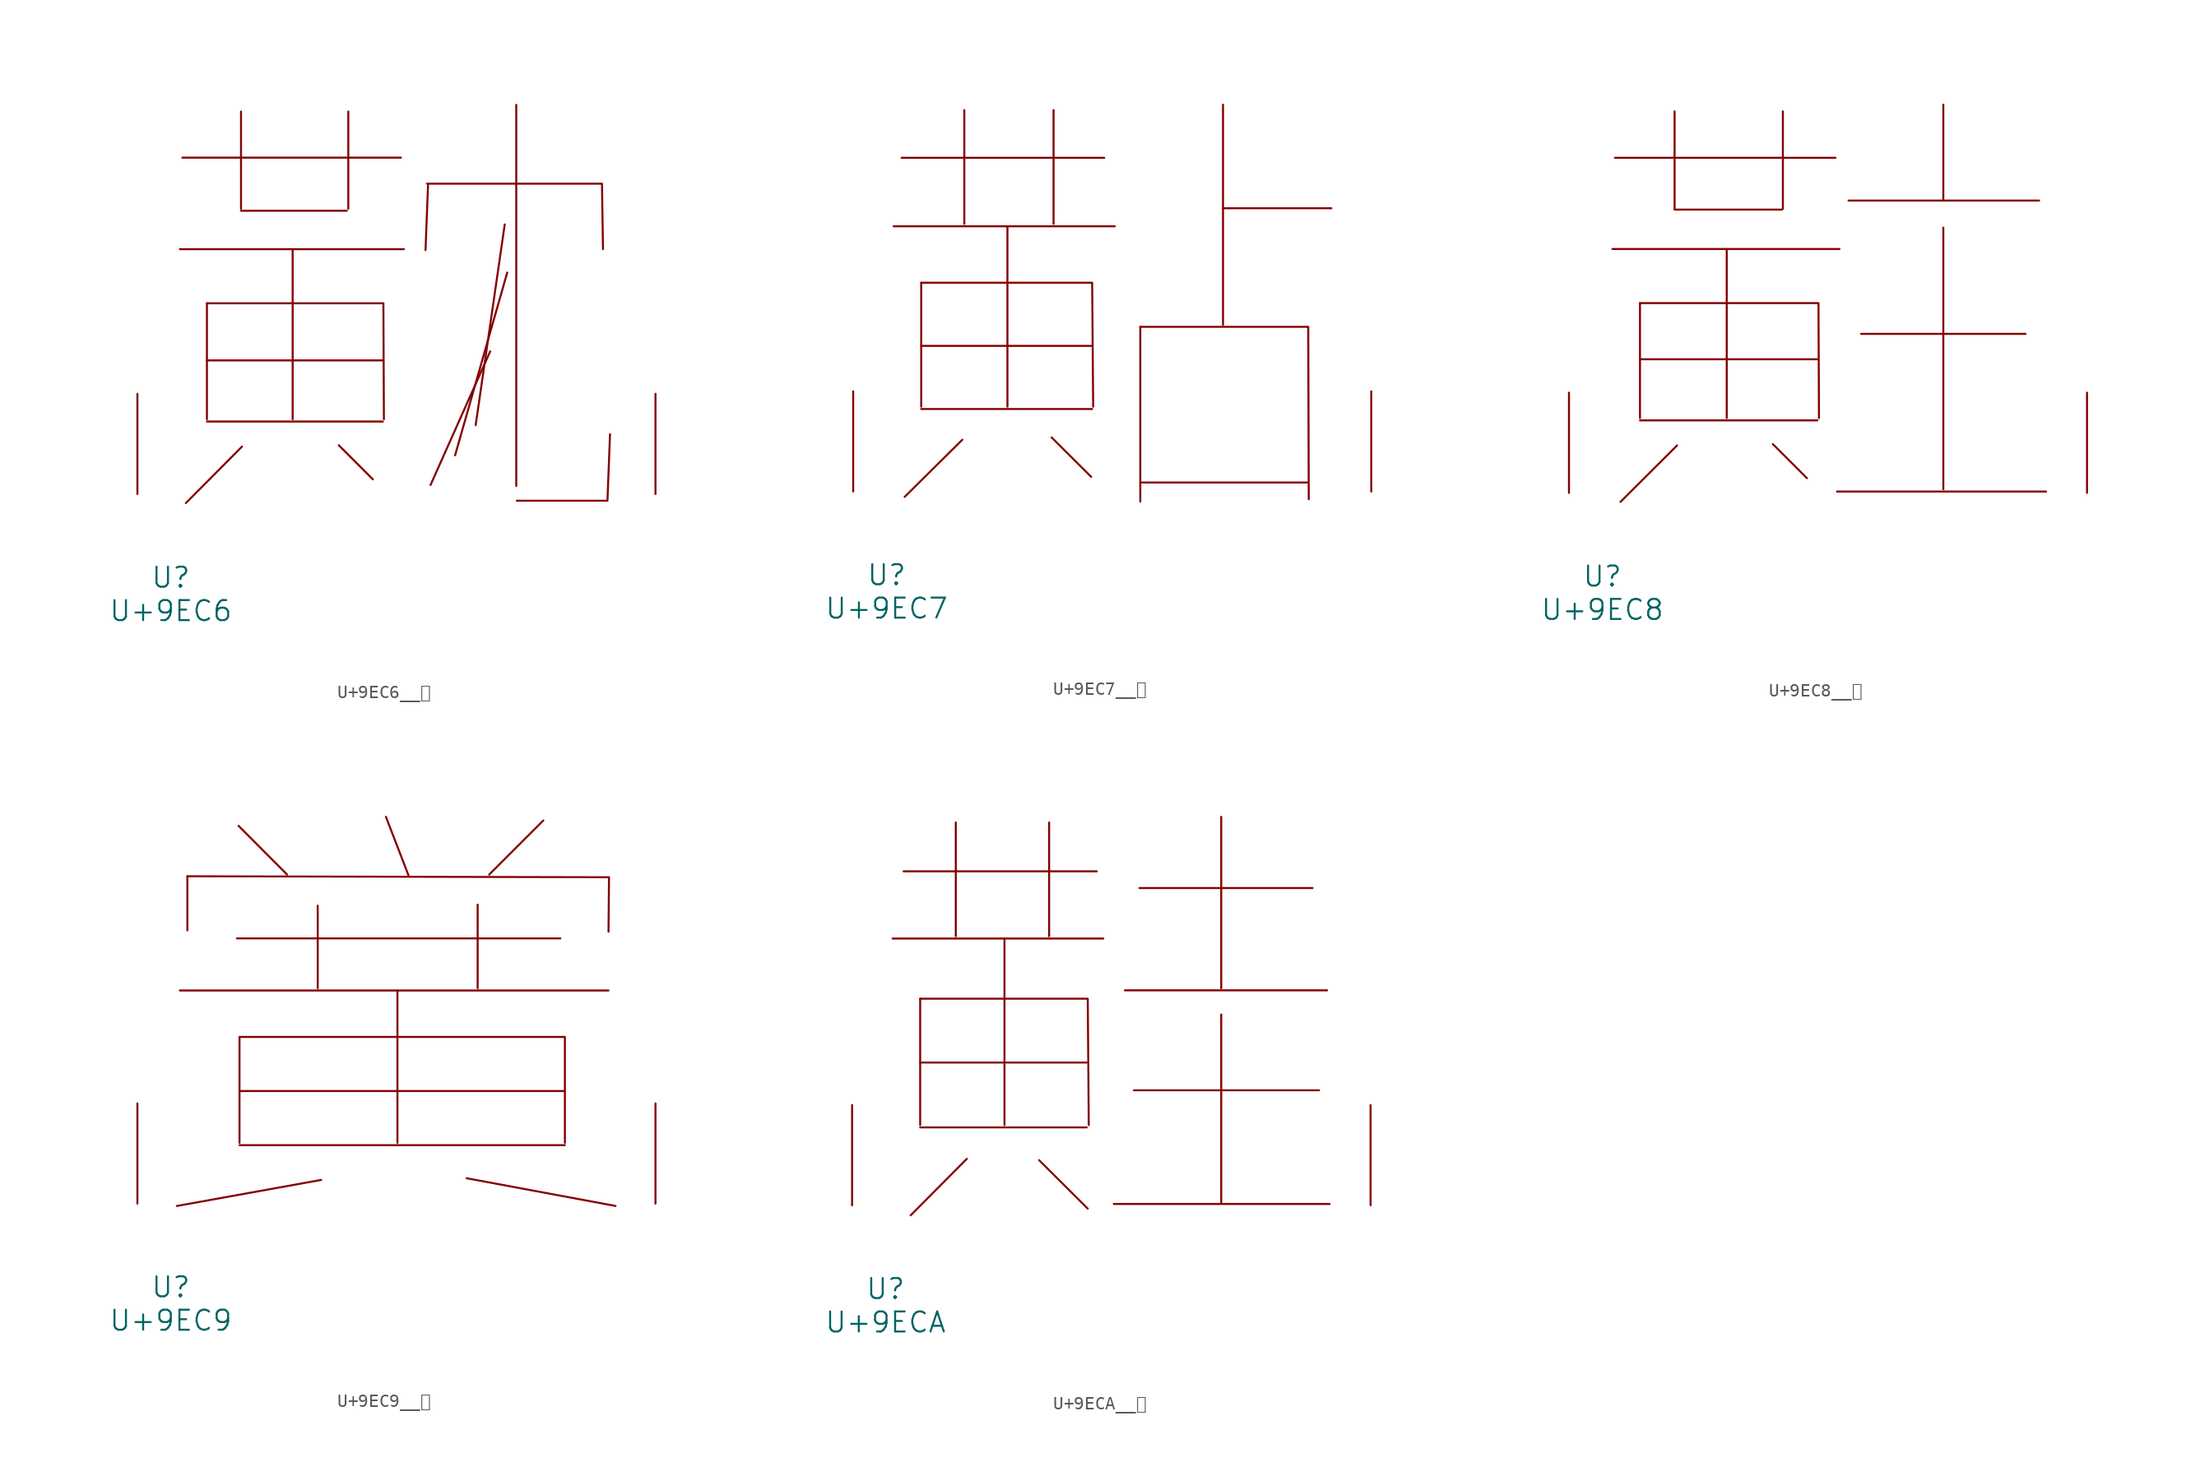
<source format=kicad_sym>
(kicad_symbol_lib
  (version 20231120)
  (generator "kicad_symbol_editor")
  (generator_version "8.0")
  (symbol "U+9EC6__黆"
    (pin_names
      (offset 1.016))
    (property "Reference" "U"
      (at 0 -6.35 0)
      (effects (font (size 1.524 1.524))))
    (property "Value" "U+9EC6"
      (at 0 -8.89 0)
      (effects (font (size 1.524 1.524))))
    (symbol "U+9EC6__黆_0_1"
      (polyline (pts (xy 0.686 18.618) (xy 17.716 18.618)) (stroke (width 0) (type solid)) (fill (type none)))
      (polyline (pts (xy 0.876 25.578) (xy 17.488 25.578)) (stroke (width 0) (type solid)) (fill (type none)))
      (polyline (pts (xy 2.743 5.512) (xy 16.116 5.512)) (stroke (width 0) (type solid)) (fill (type none)))
      (polyline (pts (xy 2.743 10.16) (xy 16.116 10.16)) (stroke (width 0) (type solid)) (fill (type none)))
      (polyline (pts (xy 2.743 14.503) (xy 2.743 5.69)) (stroke (width 0) (type solid)) (fill (type none)))
      (polyline (pts (xy 5.334 21.539) (xy 13.373 21.539)) (stroke (width 0) (type solid)) (fill (type none)))
      (polyline (pts (xy 5.334 29.083) (xy 5.334 21.692)) (stroke (width 0) (type solid)) (fill (type none)))
      (polyline (pts (xy 5.41 3.607) (xy 1.143 -0.686)) (stroke (width 0) (type solid)) (fill (type none)))
      (polyline (pts (xy 9.258 18.618) (xy 9.258 5.69)) (stroke (width 0) (type solid)) (fill (type none)))
      (polyline (pts (xy 12.764 3.708) (xy 15.354 1.118)) (stroke (width 0) (type solid)) (fill (type none)))
      (polyline (pts (xy 13.487 29.083) (xy 13.487 21.692)) (stroke (width 0) (type solid)) (fill (type none)))
      (polyline (pts (xy 19.545 23.495) (xy 19.355 18.542)) (stroke (width 0) (type solid)) (fill (type none)))
      (polyline (pts (xy 24.27 10.846) (xy 19.736 0.686)) (stroke (width 0) (type solid)) (fill (type none)))
      (polyline (pts (xy 25.375 20.498) (xy 23.165 5.232)) (stroke (width 0) (type solid)) (fill (type none)))
      (polyline (pts (xy 25.565 16.84) (xy 21.603 2.946)) (stroke (width 0) (type solid)) (fill (type none)))
      (polyline (pts (xy 26.251 29.591) (xy 26.251 0.61)) (stroke (width 0) (type solid)) (fill (type none)))
      (polyline (pts (xy 26.289 -0.508) (xy 33.185 -0.508)) (stroke (width 0) (type solid)) (fill (type none)))
      (polyline (pts (xy 33.376 4.547) (xy 33.185 -0.406)) (stroke (width 0) (type solid)) (fill (type none)))
      (polyline (pts (xy 2.743 14.503) (xy 16.154 14.503) (xy 16.192 5.69)) (stroke (width 0) (type solid)) (fill (type none)))
      (polyline (pts (xy 19.469 23.597) (xy 32.766 23.597) (xy 32.842 18.618)) (stroke (width 0) (type solid)) (fill (type none)))
      (pin input line (at -2.54 0 90) (length 7.62) (name "~" (effects (font (size 1.27 1.27)))) (number "~" (effects (font (size 1.27 1.27)))))
      (pin input line (at 36.83 0 90) (length 7.62) (name "~" (effects (font (size 1.27 1.27)))) (number "~" (effects (font (size 1.27 1.27)))))))
  (symbol "U+9EC7__黇"
    (pin_names
      (offset 1.016))
    (property "Reference" "U"
      (at 0 -6.35 0)
      (effects (font (size 1.524 1.524))))
    (property "Value" "U+9EC7"
      (at 0 -8.89 0)
      (effects (font (size 1.524 1.524))))
    (symbol "U+9EC7__黇_0_1"
      (polyline (pts (xy 0.533 20.168) (xy 17.335 20.168)) (stroke (width 0) (type solid)) (fill (type none)))
      (polyline (pts (xy 1.143 25.375) (xy 16.535 25.375)) (stroke (width 0) (type solid)) (fill (type none)))
      (polyline (pts (xy 2.629 6.274) (xy 15.621 6.274)) (stroke (width 0) (type solid)) (fill (type none)))
      (polyline (pts (xy 2.629 11.074) (xy 15.621 11.074)) (stroke (width 0) (type solid)) (fill (type none)))
      (polyline (pts (xy 2.629 15.875) (xy 2.629 6.452)) (stroke (width 0) (type solid)) (fill (type none)))
      (polyline (pts (xy 5.753 3.937) (xy 1.372 -0.406)) (stroke (width 0) (type solid)) (fill (type none)))
      (polyline (pts (xy 5.905 29.007) (xy 5.905 20.345)) (stroke (width 0) (type solid)) (fill (type none)))
      (polyline (pts (xy 9.182 20.168) (xy 9.182 6.452)) (stroke (width 0) (type solid)) (fill (type none)))
      (polyline (pts (xy 12.535 4.115) (xy 15.545 1.118)) (stroke (width 0) (type solid)) (fill (type none)))
      (polyline (pts (xy 12.687 29.007) (xy 12.687 20.345)) (stroke (width 0) (type solid)) (fill (type none)))
      (polyline (pts (xy 19.279 0.686) (xy 31.966 0.686)) (stroke (width 0) (type solid)) (fill (type none)))
      (polyline (pts (xy 19.279 12.522) (xy 19.279 -0.762)) (stroke (width 0) (type solid)) (fill (type none)))
      (polyline (pts (xy 25.565 21.539) (xy 33.795 21.539)) (stroke (width 0) (type solid)) (fill (type none)))
      (polyline (pts (xy 25.565 29.413) (xy 25.565 12.675)) (stroke (width 0) (type solid)) (fill (type none)))
      (polyline (pts (xy 2.629 15.875) (xy 15.621 15.875) (xy 15.697 6.452)) (stroke (width 0) (type solid)) (fill (type none)))
      (polyline (pts (xy 19.279 12.522) (xy 32.042 12.522) (xy 32.08 -0.584)) (stroke (width 0) (type solid)) (fill (type none)))
      (pin input line (at -2.54 0 90) (length 7.62) (name "~" (effects (font (size 1.27 1.27)))) (number "~" (effects (font (size 1.27 1.27)))))
      (pin input line (at 36.83 0 90) (length 7.62) (name "~" (effects (font (size 1.27 1.27)))) (number "~" (effects (font (size 1.27 1.27)))))))
  (symbol "U+9EC8__黈"
    (pin_names
      (offset 1.016))
    (property "Reference" "U"
      (at 0 -6.35 0)
      (effects (font (size 1.524 1.524))))
    (property "Value" "U+9EC8"
      (at 0 -8.89 0)
      (effects (font (size 1.524 1.524))))
    (symbol "U+9EC8__黈_0_1"
      (polyline (pts (xy 0.762 18.542) (xy 18.021 18.542)) (stroke (width 0) (type solid)) (fill (type none)))
      (polyline (pts (xy 0.953 25.476) (xy 17.716 25.476)) (stroke (width 0) (type solid)) (fill (type none)))
      (polyline (pts (xy 2.857 5.512) (xy 16.345 5.512)) (stroke (width 0) (type solid)) (fill (type none)))
      (polyline (pts (xy 2.857 10.16) (xy 16.345 10.16)) (stroke (width 0) (type solid)) (fill (type none)))
      (polyline (pts (xy 2.857 14.427) (xy 2.857 5.69)) (stroke (width 0) (type solid)) (fill (type none)))
      (polyline (pts (xy 5.486 21.539) (xy 13.64 21.539)) (stroke (width 0) (type solid)) (fill (type none)))
      (polyline (pts (xy 5.486 29.007) (xy 5.486 21.59)) (stroke (width 0) (type solid)) (fill (type none)))
      (polyline (pts (xy 5.677 3.607) (xy 1.372 -0.686)) (stroke (width 0) (type solid)) (fill (type none)))
      (polyline (pts (xy 9.449 18.542) (xy 9.449 5.69)) (stroke (width 0) (type solid)) (fill (type none)))
      (polyline (pts (xy 12.954 3.708) (xy 15.545 1.118)) (stroke (width 0) (type solid)) (fill (type none)))
      (polyline (pts (xy 13.716 29.007) (xy 13.716 21.59)) (stroke (width 0) (type solid)) (fill (type none)))
      (polyline (pts (xy 17.831 0.102) (xy 33.718 0.102)) (stroke (width 0) (type solid)) (fill (type none)))
      (polyline (pts (xy 18.707 22.225) (xy 33.185 22.225)) (stroke (width 0) (type solid)) (fill (type none)))
      (polyline (pts (xy 19.66 12.09) (xy 32.156 12.09)) (stroke (width 0) (type solid)) (fill (type none)))
      (polyline (pts (xy 25.908 20.168) (xy 25.908 0.279)) (stroke (width 0) (type solid)) (fill (type none)))
      (polyline (pts (xy 25.908 29.515) (xy 25.908 22.327)) (stroke (width 0) (type solid)) (fill (type none)))
      (polyline (pts (xy 2.857 14.427) (xy 16.421 14.427) (xy 16.459 5.69)) (stroke (width 0) (type solid)) (fill (type none)))
      (pin input line (at -2.54 0 90) (length 7.62) (name "~" (effects (font (size 1.27 1.27)))) (number "~" (effects (font (size 1.27 1.27)))))
      (pin input line (at 36.83 0 90) (length 7.62) (name "~" (effects (font (size 1.27 1.27)))) (number "~" (effects (font (size 1.27 1.27)))))))
  (symbol "U+9EC9__黉"
    (pin_names
      (offset 1.016))
    (property "Reference" "U"
      (at 0 -6.35 0)
      (effects (font (size 1.524 1.524))))
    (property "Value" "U+9EC9"
      (at 0 -8.89 0)
      (effects (font (size 1.524 1.524))))
    (symbol "U+9EC9__黉_0_1"
      (polyline (pts (xy 0.686 16.205) (xy 33.261 16.205)) (stroke (width 0) (type solid)) (fill (type none)))
      (polyline (pts (xy 1.257 24.892) (xy 1.257 20.777)) (stroke (width 0) (type solid)) (fill (type none)))
      (polyline (pts (xy 5.029 20.168) (xy 29.604 20.168)) (stroke (width 0) (type solid)) (fill (type none)))
      (polyline (pts (xy 5.144 28.727) (xy 8.839 25.019)) (stroke (width 0) (type solid)) (fill (type none)))
      (polyline (pts (xy 5.22 4.445) (xy 29.947 4.445)) (stroke (width 0) (type solid)) (fill (type none)))
      (polyline (pts (xy 5.22 8.56) (xy 29.947 8.56)) (stroke (width 0) (type solid)) (fill (type none)))
      (polyline (pts (xy 5.22 12.675) (xy 5.22 4.623)) (stroke (width 0) (type solid)) (fill (type none)))
      (polyline (pts (xy 11.163 22.657) (xy 11.163 16.383)) (stroke (width 0) (type solid)) (fill (type none)))
      (polyline (pts (xy 11.43 1.803) (xy 0.457 -0.178)) (stroke (width 0) (type solid)) (fill (type none)))
      (polyline (pts (xy 16.345 29.413) (xy 18.059 24.968)) (stroke (width 0) (type solid)) (fill (type none)))
      (polyline (pts (xy 17.221 16.205) (xy 17.221 4.623)) (stroke (width 0) (type solid)) (fill (type none)))
      (polyline (pts (xy 22.479 1.93) (xy 33.795 -0.178)) (stroke (width 0) (type solid)) (fill (type none)))
      (polyline (pts (xy 23.317 22.733) (xy 23.317 16.383)) (stroke (width 0) (type solid)) (fill (type none)))
      (polyline (pts (xy 28.308 29.134) (xy 24.194 25.019)) (stroke (width 0) (type solid)) (fill (type none)))
      (polyline (pts (xy 1.257 24.892) (xy 33.299 24.816) (xy 33.261 20.676)) (stroke (width 0) (type solid)) (fill (type none)))
      (polyline (pts (xy 5.22 12.675) (xy 29.947 12.675) (xy 29.947 4.623)) (stroke (width 0) (type solid)) (fill (type none)))
      (pin input line (at -2.54 0 90) (length 7.62) (name "~" (effects (font (size 1.27 1.27)))) (number "~" (effects (font (size 1.27 1.27)))))
      (pin input line (at 36.83 0 90) (length 7.62) (name "~" (effects (font (size 1.27 1.27)))) (number "~" (effects (font (size 1.27 1.27)))))))
  (symbol "U+9ECA__黊"
    (pin_names
      (offset 1.016))
    (property "Reference" "U"
      (at 0 -6.35 0)
      (effects (font (size 1.524 1.524))))
    (property "Value" "U+9ECA"
      (at 0 -8.89 0)
      (effects (font (size 1.524 1.524))))
    (symbol "U+9ECA__黊_0_1"
      (polyline (pts (xy 0.533 20.269) (xy 16.535 20.269)) (stroke (width 0) (type solid)) (fill (type none)))
      (polyline (pts (xy 1.372 25.375) (xy 16.04 25.375)) (stroke (width 0) (type solid)) (fill (type none)))
      (polyline (pts (xy 2.629 5.918) (xy 15.278 5.918)) (stroke (width 0) (type solid)) (fill (type none)))
      (polyline (pts (xy 2.629 10.846) (xy 15.278 10.846)) (stroke (width 0) (type solid)) (fill (type none)))
      (polyline (pts (xy 2.629 15.697) (xy 2.629 6.096)) (stroke (width 0) (type solid)) (fill (type none)))
      (polyline (pts (xy 5.334 29.083) (xy 5.334 20.447)) (stroke (width 0) (type solid)) (fill (type none)))
      (polyline (pts (xy 6.172 3.531) (xy 1.905 -0.762)) (stroke (width 0) (type solid)) (fill (type none)))
      (polyline (pts (xy 9.03 20.269) (xy 9.03 6.096)) (stroke (width 0) (type solid)) (fill (type none)))
      (polyline (pts (xy 11.659 3.429) (xy 15.354 -0.254)) (stroke (width 0) (type solid)) (fill (type none)))
      (polyline (pts (xy 12.421 29.083) (xy 12.421 20.447)) (stroke (width 0) (type solid)) (fill (type none)))
      (polyline (pts (xy 17.335 0.102) (xy 33.718 0.102)) (stroke (width 0) (type solid)) (fill (type none)))
      (polyline (pts (xy 18.174 16.332) (xy 33.528 16.332)) (stroke (width 0) (type solid)) (fill (type none)))
      (polyline (pts (xy 18.86 8.738) (xy 32.918 8.738)) (stroke (width 0) (type solid)) (fill (type none)))
      (polyline (pts (xy 19.279 24.105) (xy 32.423 24.105)) (stroke (width 0) (type solid)) (fill (type none)))
      (polyline (pts (xy 25.489 14.503) (xy 25.489 0.178)) (stroke (width 0) (type solid)) (fill (type none)))
      (polyline (pts (xy 25.489 29.515) (xy 25.489 16.485)) (stroke (width 0) (type solid)) (fill (type none)))
      (polyline (pts (xy 2.629 15.697) (xy 15.354 15.697) (xy 15.431 6.096)) (stroke (width 0) (type solid)) (fill (type none)))
      (pin input line (at -2.54 0 90) (length 7.62) (name "~" (effects (font (size 1.27 1.27)))) (number "~" (effects (font (size 1.27 1.27)))))
      (pin input line (at 36.83 0 90) (length 7.62) (name "~" (effects (font (size 1.27 1.27)))) (number "~" (effects (font (size 1.27 1.27))))))))
</source>
